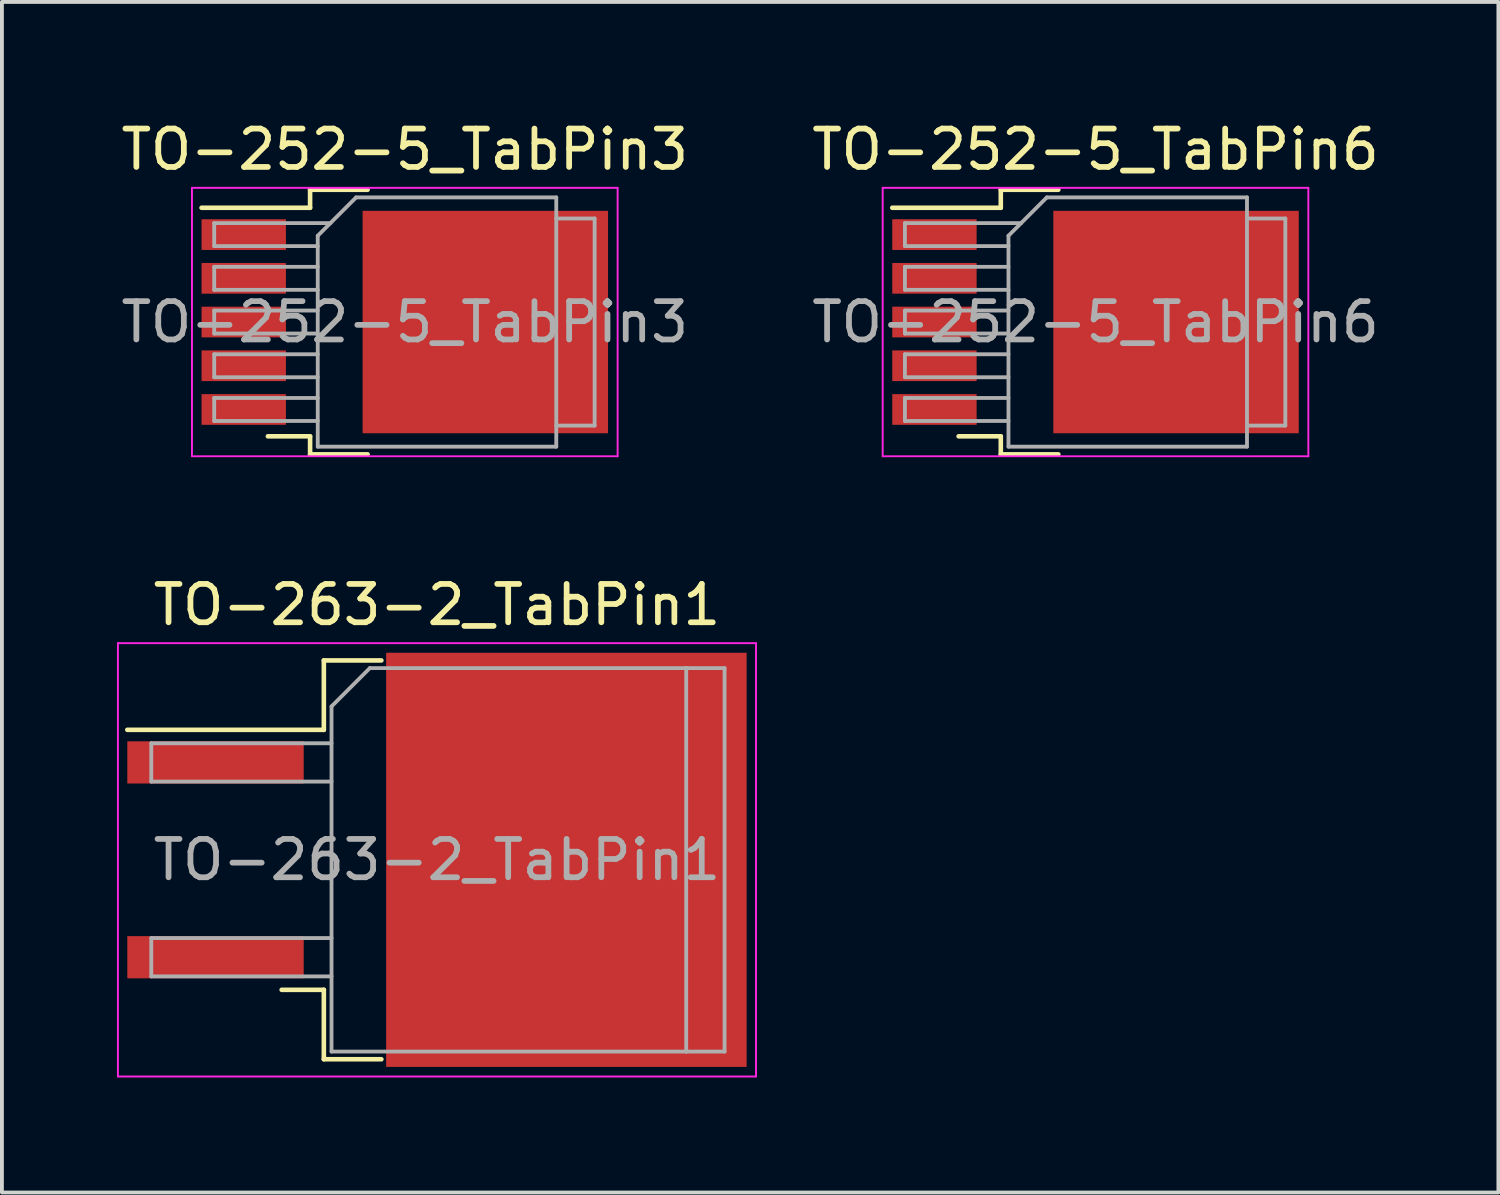
<source format=kicad_pcb>
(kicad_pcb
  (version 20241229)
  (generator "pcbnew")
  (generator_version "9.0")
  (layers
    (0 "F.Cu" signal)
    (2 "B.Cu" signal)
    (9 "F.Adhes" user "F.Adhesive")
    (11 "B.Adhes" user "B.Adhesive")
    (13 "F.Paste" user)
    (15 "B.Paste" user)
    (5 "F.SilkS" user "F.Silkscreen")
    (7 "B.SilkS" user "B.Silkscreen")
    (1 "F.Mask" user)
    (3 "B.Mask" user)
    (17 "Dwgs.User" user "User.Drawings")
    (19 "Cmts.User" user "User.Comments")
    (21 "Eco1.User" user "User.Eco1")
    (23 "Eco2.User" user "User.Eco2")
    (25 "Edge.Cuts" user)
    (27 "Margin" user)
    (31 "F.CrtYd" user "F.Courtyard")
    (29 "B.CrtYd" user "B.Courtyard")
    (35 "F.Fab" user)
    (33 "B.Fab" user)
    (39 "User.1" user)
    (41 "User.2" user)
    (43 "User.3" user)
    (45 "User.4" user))
  (footprint "TO-263-2_TabPin1"
    (layer "F.Cu")
    (at 8.345 19.372)
    (property "Reference" "TO-263-2_TabPin1" (at 0 -6.65 0) (layer "F.SilkS") (effects (font (size 1 1) (thickness 0.15))))
    (attr smd)
    (fp_line (start -2.95 -5.2) (end -2.95 -3.39) (stroke (width 0.12) (type solid)) (layer "F.SilkS"))
    (fp_line (start -2.95 -3.39) (end -8.075 -3.39) (stroke (width 0.12) (type solid)) (layer "F.SilkS"))
    (fp_line (start -2.95 3.39) (end -4.05 3.39) (stroke (width 0.12) (type solid)) (layer "F.SilkS"))
    (fp_line (start -2.95 5.2) (end -2.95 3.39) (stroke (width 0.12) (type solid)) (layer "F.SilkS"))
    (fp_line (start -1.45 -5.2) (end -2.95 -5.2) (stroke (width 0.12) (type solid)) (layer "F.SilkS"))
    (fp_line (start -1.45 5.2) (end -2.95 5.2) (stroke (width 0.12) (type solid)) (layer "F.SilkS"))
    (fp_line (start -8.32 -5.65) (end -8.32 5.65) (stroke (width 0.05) (type solid)) (layer "F.CrtYd"))
    (fp_line (start -8.32 5.65) (end 8.32 5.65) (stroke (width 0.05) (type solid)) (layer "F.CrtYd"))
    (fp_line (start 8.32 -5.65) (end -8.32 -5.65) (stroke (width 0.05) (type solid)) (layer "F.CrtYd"))
    (fp_line (start 8.32 5.65) (end 8.32 -5.65) (stroke (width 0.05) (type solid)) (layer "F.CrtYd"))
    (fp_line (start -7.45 -3.04) (end -7.45 -2.04) (stroke (width 0.1) (type solid)) (layer "F.Fab"))
    (fp_line (start -7.45 -2.04) (end -2.75 -2.04) (stroke (width 0.1) (type solid)) (layer "F.Fab"))
    (fp_line (start -7.45 2.04) (end -7.45 3.04) (stroke (width 0.1) (type solid)) (layer "F.Fab"))
    (fp_line (start -7.45 3.04) (end -2.75 3.04) (stroke (width 0.1) (type solid)) (layer "F.Fab"))
    (fp_line (start -2.75 -4) (end -1.75 -5) (stroke (width 0.1) (type solid)) (layer "F.Fab"))
    (fp_line (start -2.75 -3.04) (end -7.45 -3.04) (stroke (width 0.1) (type solid)) (layer "F.Fab"))
    (fp_line (start -2.75 2.04) (end -7.45 2.04) (stroke (width 0.1) (type solid)) (layer "F.Fab"))
    (fp_line (start -2.75 5) (end -2.75 -4) (stroke (width 0.1) (type solid)) (layer "F.Fab"))
    (fp_line (start -1.75 -5) (end 6.5 -5) (stroke (width 0.1) (type solid)) (layer "F.Fab"))
    (fp_line (start 6.5 -5) (end 6.5 5) (stroke (width 0.1) (type solid)) (layer "F.Fab"))
    (fp_line (start 6.5 -5) (end 7.5 -5) (stroke (width 0.1) (type solid)) (layer "F.Fab"))
    (fp_line (start 6.5 5) (end -2.75 5) (stroke (width 0.1) (type solid)) (layer "F.Fab"))
    (fp_line (start 7.5 -5) (end 7.5 5) (stroke (width 0.1) (type solid)) (layer "F.Fab"))
    (fp_line (start 7.5 5) (end 6.5 5) (stroke (width 0.1) (type solid)) (layer "F.Fab"))
    (fp_text user "${REFERENCE}" (at 0 0 0) (layer "F.Fab") (effects (font (size 1 1) (thickness 0.15))))
    (pad "" smd rect (at 0.95 -2.775) (size 4.55 5.25) (layers "F.Paste"))
    (pad "" smd rect (at 0.95 2.775) (size 4.55 5.25) (layers "F.Paste"))
    (pad "" smd rect (at 5.8 -2.775) (size 4.55 5.25) (layers "F.Paste"))
    (pad "" smd rect (at 5.8 2.775) (size 4.55 5.25) (layers "F.Paste"))
    (pad "1" smd rect (at -5.775 -2.54) (size 4.6 1.1) (layers "F.Cu" "F.Mask" "F.Paste"))
    (pad "1" smd rect (at 3.375 0) (size 9.4 10.8) (layers "F.Cu" "F.Mask"))
    (pad "2" smd rect (at -5.775 2.54) (size 4.6 1.1) (layers "F.Cu" "F.Mask" "F.Paste")))
  (footprint "TO-252-5_TabPin6"
    (layer "F.Cu")
    (at 25.518 5.348)
    (property "Reference" "TO-252-5_TabPin6" (at 0 -4.5 0) (layer "F.SilkS") (effects (font (size 1 1) (thickness 0.15))))
    (attr smd)
    (fp_line (start -2.47 -3.45) (end -2.47 -2.98) (stroke (width 0.12) (type solid)) (layer "F.SilkS"))
    (fp_line (start -2.47 -2.98) (end -5.3 -2.98) (stroke (width 0.12) (type solid)) (layer "F.SilkS"))
    (fp_line (start -2.47 2.98) (end -3.57 2.98) (stroke (width 0.12) (type solid)) (layer "F.SilkS"))
    (fp_line (start -2.47 3.45) (end -2.47 2.98) (stroke (width 0.12) (type solid)) (layer "F.SilkS"))
    (fp_line (start -0.97 -3.45) (end -2.47 -3.45) (stroke (width 0.12) (type solid)) (layer "F.SilkS"))
    (fp_line (start -0.97 3.45) (end -2.47 3.45) (stroke (width 0.12) (type solid)) (layer "F.SilkS"))
    (fp_line (start -5.55 -3.5) (end -5.55 3.5) (stroke (width 0.05) (type solid)) (layer "F.CrtYd"))
    (fp_line (start -5.55 3.5) (end 5.55 3.5) (stroke (width 0.05) (type solid)) (layer "F.CrtYd"))
    (fp_line (start 5.55 -3.5) (end -5.55 -3.5) (stroke (width 0.05) (type solid)) (layer "F.CrtYd"))
    (fp_line (start 5.55 3.5) (end 5.55 -3.5) (stroke (width 0.05) (type solid)) (layer "F.CrtYd"))
    (fp_line (start -4.97 -2.58) (end -4.97 -1.98) (stroke (width 0.1) (type solid)) (layer "F.Fab"))
    (fp_line (start -4.97 -1.98) (end -2.27 -1.98) (stroke (width 0.1) (type solid)) (layer "F.Fab"))
    (fp_line (start -4.97 -1.44) (end -4.97 -0.84) (stroke (width 0.1) (type solid)) (layer "F.Fab"))
    (fp_line (start -4.97 -0.84) (end -2.27 -0.84) (stroke (width 0.1) (type solid)) (layer "F.Fab"))
    (fp_line (start -4.97 -0.3) (end -4.97 0.3) (stroke (width 0.1) (type solid)) (layer "F.Fab"))
    (fp_line (start -4.97 0.3) (end -2.27 0.3) (stroke (width 0.1) (type solid)) (layer "F.Fab"))
    (fp_line (start -4.97 0.84) (end -4.97 1.44) (stroke (width 0.1) (type solid)) (layer "F.Fab"))
    (fp_line (start -4.97 1.44) (end -2.27 1.44) (stroke (width 0.1) (type solid)) (layer "F.Fab"))
    (fp_line (start -4.97 1.98) (end -4.97 2.58) (stroke (width 0.1) (type solid)) (layer "F.Fab"))
    (fp_line (start -4.97 2.58) (end -2.27 2.58) (stroke (width 0.1) (type solid)) (layer "F.Fab"))
    (fp_line (start -2.27 -2.25) (end -1.27 -3.25) (stroke (width 0.1) (type solid)) (layer "F.Fab"))
    (fp_line (start -2.27 -1.44) (end -4.97 -1.44) (stroke (width 0.1) (type solid)) (layer "F.Fab"))
    (fp_line (start -2.27 -0.3) (end -4.97 -0.3) (stroke (width 0.1) (type solid)) (layer "F.Fab"))
    (fp_line (start -2.27 0.84) (end -4.97 0.84) (stroke (width 0.1) (type solid)) (layer "F.Fab"))
    (fp_line (start -2.27 1.98) (end -4.97 1.98) (stroke (width 0.1) (type solid)) (layer "F.Fab"))
    (fp_line (start -2.27 3.25) (end -2.27 -2.25) (stroke (width 0.1) (type solid)) (layer "F.Fab"))
    (fp_line (start -1.94 -2.58) (end -4.97 -2.58) (stroke (width 0.1) (type solid)) (layer "F.Fab"))
    (fp_line (start -1.27 -3.25) (end 3.95 -3.25) (stroke (width 0.1) (type solid)) (layer "F.Fab"))
    (fp_line (start 3.95 -3.25) (end 3.95 3.25) (stroke (width 0.1) (type solid)) (layer "F.Fab"))
    (fp_line (start 3.95 -2.7) (end 4.95 -2.7) (stroke (width 0.1) (type solid)) (layer "F.Fab"))
    (fp_line (start 3.95 3.25) (end -2.27 3.25) (stroke (width 0.1) (type solid)) (layer "F.Fab"))
    (fp_line (start 4.95 -2.7) (end 4.95 2.7) (stroke (width 0.1) (type solid)) (layer "F.Fab"))
    (fp_line (start 4.95 2.7) (end 3.95 2.7) (stroke (width 0.1) (type solid)) (layer "F.Fab"))
    (fp_text user "${REFERENCE}" (at 0 0 0) (layer "F.Fab") (effects (font (size 1 1) (thickness 0.15))))
    (pad "" smd rect (at 0.425 -1.525) (size 3.05 2.75) (layers "F.Paste"))
    (pad "" smd rect (at 0.425 1.525) (size 3.05 2.75) (layers "F.Paste"))
    (pad "" smd rect (at 3.775 -1.525) (size 3.05 2.75) (layers "F.Paste"))
    (pad "" smd rect (at 3.775 1.525) (size 3.05 2.75) (layers "F.Paste"))
    (pad "1" smd rect (at -4.2 -2.28) (size 2.2 0.8) (layers "F.Cu" "F.Mask" "F.Paste"))
    (pad "2" smd rect (at -4.2 -1.14) (size 2.2 0.8) (layers "F.Cu" "F.Mask" "F.Paste"))
    (pad "3" smd rect (at -4.2 0) (size 2.2 0.8) (layers "F.Cu" "F.Mask" "F.Paste"))
    (pad "4" smd rect (at -4.2 1.14) (size 2.2 0.8) (layers "F.Cu" "F.Mask" "F.Paste"))
    (pad "5" smd rect (at -4.2 2.28) (size 2.2 0.8) (layers "F.Cu" "F.Mask" "F.Paste"))
    (pad "6" smd rect (at 2.1 0) (size 6.4 5.8) (layers "F.Cu" "F.Mask")))
  (footprint "TO-252-5_TabPin3"
    (layer "F.Cu")
    (at 7.506 5.348)
    (property "Reference" "TO-252-5_TabPin3" (at 0 -4.5 0) (layer "F.SilkS") (effects (font (size 1 1) (thickness 0.15))))
    (attr smd)
    (fp_line (start -2.47 -3.45) (end -2.47 -2.98) (stroke (width 0.12) (type solid)) (layer "F.SilkS"))
    (fp_line (start -2.47 -2.98) (end -5.3 -2.98) (stroke (width 0.12) (type solid)) (layer "F.SilkS"))
    (fp_line (start -2.47 2.98) (end -3.57 2.98) (stroke (width 0.12) (type solid)) (layer "F.SilkS"))
    (fp_line (start -2.47 3.45) (end -2.47 2.98) (stroke (width 0.12) (type solid)) (layer "F.SilkS"))
    (fp_line (start -0.97 -3.45) (end -2.47 -3.45) (stroke (width 0.12) (type solid)) (layer "F.SilkS"))
    (fp_line (start -0.97 3.45) (end -2.47 3.45) (stroke (width 0.12) (type solid)) (layer "F.SilkS"))
    (fp_line (start -5.55 -3.5) (end -5.55 3.5) (stroke (width 0.05) (type solid)) (layer "F.CrtYd"))
    (fp_line (start -5.55 3.5) (end 5.55 3.5) (stroke (width 0.05) (type solid)) (layer "F.CrtYd"))
    (fp_line (start 5.55 -3.5) (end -5.55 -3.5) (stroke (width 0.05) (type solid)) (layer "F.CrtYd"))
    (fp_line (start 5.55 3.5) (end 5.55 -3.5) (stroke (width 0.05) (type solid)) (layer "F.CrtYd"))
    (fp_line (start -4.97 -2.58) (end -4.97 -1.98) (stroke (width 0.1) (type solid)) (layer "F.Fab"))
    (fp_line (start -4.97 -1.98) (end -2.27 -1.98) (stroke (width 0.1) (type solid)) (layer "F.Fab"))
    (fp_line (start -4.97 -1.44) (end -4.97 -0.84) (stroke (width 0.1) (type solid)) (layer "F.Fab"))
    (fp_line (start -4.97 -0.84) (end -2.27 -0.84) (stroke (width 0.1) (type solid)) (layer "F.Fab"))
    (fp_line (start -4.97 -0.3) (end -4.97 0.3) (stroke (width 0.1) (type solid)) (layer "F.Fab"))
    (fp_line (start -4.97 0.3) (end -2.27 0.3) (stroke (width 0.1) (type solid)) (layer "F.Fab"))
    (fp_line (start -4.97 0.84) (end -4.97 1.44) (stroke (width 0.1) (type solid)) (layer "F.Fab"))
    (fp_line (start -4.97 1.44) (end -2.27 1.44) (stroke (width 0.1) (type solid)) (layer "F.Fab"))
    (fp_line (start -4.97 1.98) (end -4.97 2.58) (stroke (width 0.1) (type solid)) (layer "F.Fab"))
    (fp_line (start -4.97 2.58) (end -2.27 2.58) (stroke (width 0.1) (type solid)) (layer "F.Fab"))
    (fp_line (start -2.27 -2.25) (end -1.27 -3.25) (stroke (width 0.1) (type solid)) (layer "F.Fab"))
    (fp_line (start -2.27 -1.44) (end -4.97 -1.44) (stroke (width 0.1) (type solid)) (layer "F.Fab"))
    (fp_line (start -2.27 -0.3) (end -4.97 -0.3) (stroke (width 0.1) (type solid)) (layer "F.Fab"))
    (fp_line (start -2.27 0.84) (end -4.97 0.84) (stroke (width 0.1) (type solid)) (layer "F.Fab"))
    (fp_line (start -2.27 1.98) (end -4.97 1.98) (stroke (width 0.1) (type solid)) (layer "F.Fab"))
    (fp_line (start -2.27 3.25) (end -2.27 -2.25) (stroke (width 0.1) (type solid)) (layer "F.Fab"))
    (fp_line (start -1.94 -2.58) (end -4.97 -2.58) (stroke (width 0.1) (type solid)) (layer "F.Fab"))
    (fp_line (start -1.27 -3.25) (end 3.95 -3.25) (stroke (width 0.1) (type solid)) (layer "F.Fab"))
    (fp_line (start 3.95 -3.25) (end 3.95 3.25) (stroke (width 0.1) (type solid)) (layer "F.Fab"))
    (fp_line (start 3.95 -2.7) (end 4.95 -2.7) (stroke (width 0.1) (type solid)) (layer "F.Fab"))
    (fp_line (start 3.95 3.25) (end -2.27 3.25) (stroke (width 0.1) (type solid)) (layer "F.Fab"))
    (fp_line (start 4.95 -2.7) (end 4.95 2.7) (stroke (width 0.1) (type solid)) (layer "F.Fab"))
    (fp_line (start 4.95 2.7) (end 3.95 2.7) (stroke (width 0.1) (type solid)) (layer "F.Fab"))
    (fp_text user "${REFERENCE}" (at 0 0 0) (layer "F.Fab") (effects (font (size 1 1) (thickness 0.15))))
    (pad "" smd rect (at 0.425 -1.525) (size 3.05 2.75) (layers "F.Paste"))
    (pad "" smd rect (at 0.425 1.525) (size 3.05 2.75) (layers "F.Paste"))
    (pad "" smd rect (at 3.775 -1.525) (size 3.05 2.75) (layers "F.Paste"))
    (pad "" smd rect (at 3.775 1.525) (size 3.05 2.75) (layers "F.Paste"))
    (pad "1" smd rect (at -4.2 -2.28) (size 2.2 0.8) (layers "F.Cu" "F.Mask" "F.Paste"))
    (pad "2" smd rect (at -4.2 -1.14) (size 2.2 0.8) (layers "F.Cu" "F.Mask" "F.Paste"))
    (pad "3" smd rect (at -4.2 0) (size 2.2 0.8) (layers "F.Cu" "F.Mask" "F.Paste"))
    (pad "3" smd rect (at 2.1 0) (size 6.4 5.8) (layers "F.Cu" "F.Mask"))
    (pad "4" smd rect (at -4.2 1.14) (size 2.2 0.8) (layers "F.Cu" "F.Mask" "F.Paste"))
    (pad "5" smd rect (at -4.2 2.28) (size 2.2 0.8) (layers "F.Cu" "F.Mask" "F.Paste")))
  (gr_rect
    (start -3 -3)
    (end 36.024 28.047)
    (stroke (width 0.1) (type default))
    (fill no)
    (layer "Edge.Cuts")))
</source>
